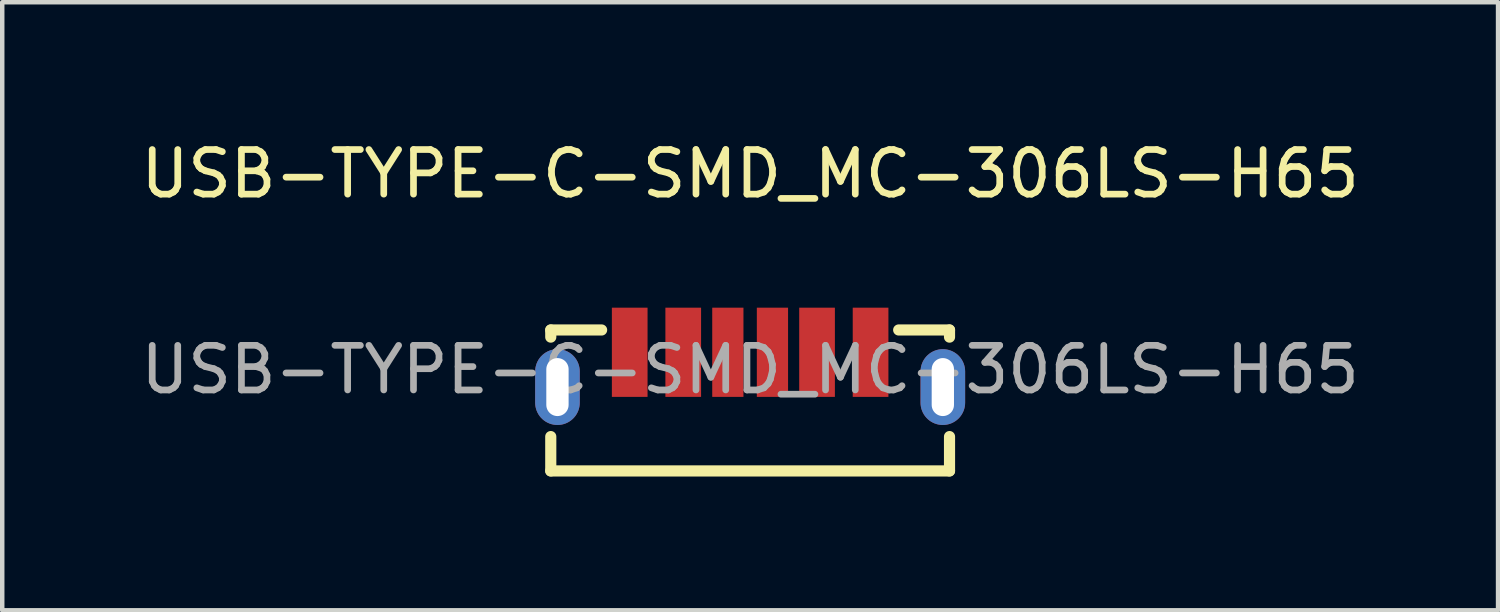
<source format=kicad_pcb>
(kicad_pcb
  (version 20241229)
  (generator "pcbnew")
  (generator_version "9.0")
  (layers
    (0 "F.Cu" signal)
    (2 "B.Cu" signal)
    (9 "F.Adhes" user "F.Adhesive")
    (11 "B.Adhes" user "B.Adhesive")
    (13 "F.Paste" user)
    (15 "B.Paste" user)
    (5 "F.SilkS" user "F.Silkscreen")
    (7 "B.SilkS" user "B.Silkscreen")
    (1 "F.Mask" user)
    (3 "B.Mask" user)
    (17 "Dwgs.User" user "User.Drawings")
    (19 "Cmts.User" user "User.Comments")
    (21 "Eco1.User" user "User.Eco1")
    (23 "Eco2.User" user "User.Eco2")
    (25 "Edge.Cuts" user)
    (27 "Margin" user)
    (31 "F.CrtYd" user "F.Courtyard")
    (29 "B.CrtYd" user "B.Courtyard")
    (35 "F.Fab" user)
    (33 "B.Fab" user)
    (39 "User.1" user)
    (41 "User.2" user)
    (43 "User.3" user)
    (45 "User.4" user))
  (footprint "USB-TYPE-C-SMD_MC-306LS-H65"
    (layer "F.Cu")
    (at 13.768 5.238)
    (property "Reference" "USB-TYPE-C-SMD_MC-306LS-H65" (at 0 -4.39 0) (layer "F.SilkS") (effects (font (size 1 1) (thickness 0.15))))
    (attr through_hole)
    (fp_line (start -4.47 -0.89) (end -3.33 -0.89) (stroke (width 0.25) (type solid)) (layer "F.SilkS"))
    (fp_line (start -4.47 -0.73) (end -4.47 -0.89) (stroke (width 0.25) (type solid)) (layer "F.SilkS"))
    (fp_line (start -4.47 2.27) (end -4.47 1.5) (stroke (width 0.25) (type solid)) (layer "F.SilkS"))
    (fp_line (start 3.33 -0.89) (end 4.47 -0.89) (stroke (width 0.25) (type solid)) (layer "F.SilkS"))
    (fp_line (start 4.47 -0.89) (end 4.47 -0.73) (stroke (width 0.25) (type solid)) (layer "F.SilkS"))
    (fp_line (start 4.47 1.5) (end 4.47 2.27) (stroke (width 0.25) (type solid)) (layer "F.SilkS"))
    (fp_line (start 4.47 2.27) (end -4.47 2.27) (stroke (width 0.25) (type solid)) (layer "F.SilkS"))
    (fp_text user "${REFERENCE}" (at 0 0 0) (layer "F.Fab") (effects (font (size 1 1) (thickness 0.15))))
    (pad "1" thru_hole oval (at -4.32 0.39) (size 1 1.7) (drill oval 0.5 1.3) (layers "*.Cu" "*.Mask"))
    (pad "2" thru_hole oval (at 4.32 0.39) (size 1 1.7) (drill oval 0.5 1.3) (layers "*.Cu" "*.Mask"))
    (pad "A5" smd rect (at -0.5 -0.39) (size 0.7 2) (layers "F.Cu" "F.Mask" "F.Paste"))
    (pad "A9" smd rect (at 1.5 -0.39) (size 0.8 2) (layers "F.Cu" "F.Mask" "F.Paste"))
    (pad "A12" smd rect (at 2.7 -0.39) (size 0.8 2) (layers "F.Cu" "F.Mask" "F.Paste"))
    (pad "B5" smd rect (at 0.5 -0.39) (size 0.7 2) (layers "F.Cu" "F.Mask" "F.Paste"))
    (pad "B9" smd rect (at -1.5 -0.39) (size 0.8 2) (layers "F.Cu" "F.Mask" "F.Paste"))
    (pad "B12" smd rect (at -2.7 -0.39) (size 0.8 2) (layers "F.Cu" "F.Mask" "F.Paste")))
  (gr_rect
    (start -3 -3)
    (end 30.536 10.633)
    (stroke (width 0.1) (type default))
    (fill no)
    (layer "Edge.Cuts")))
</source>
